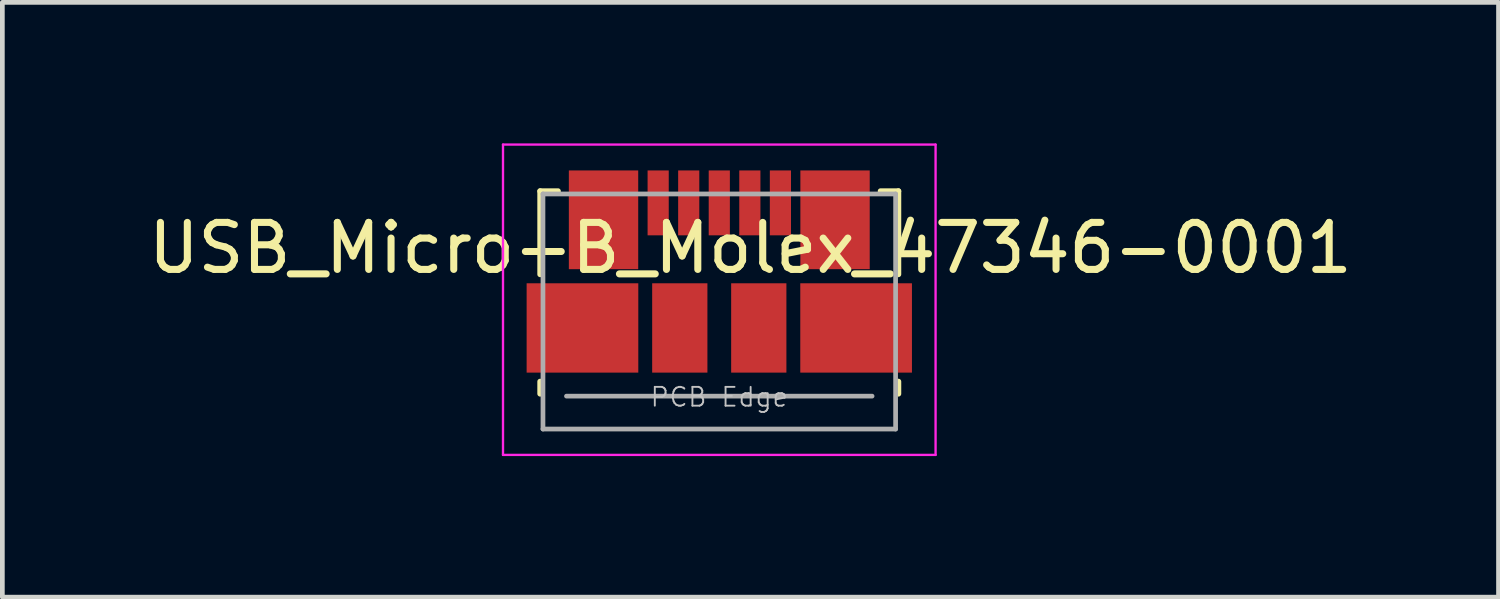
<source format=kicad_pcb>
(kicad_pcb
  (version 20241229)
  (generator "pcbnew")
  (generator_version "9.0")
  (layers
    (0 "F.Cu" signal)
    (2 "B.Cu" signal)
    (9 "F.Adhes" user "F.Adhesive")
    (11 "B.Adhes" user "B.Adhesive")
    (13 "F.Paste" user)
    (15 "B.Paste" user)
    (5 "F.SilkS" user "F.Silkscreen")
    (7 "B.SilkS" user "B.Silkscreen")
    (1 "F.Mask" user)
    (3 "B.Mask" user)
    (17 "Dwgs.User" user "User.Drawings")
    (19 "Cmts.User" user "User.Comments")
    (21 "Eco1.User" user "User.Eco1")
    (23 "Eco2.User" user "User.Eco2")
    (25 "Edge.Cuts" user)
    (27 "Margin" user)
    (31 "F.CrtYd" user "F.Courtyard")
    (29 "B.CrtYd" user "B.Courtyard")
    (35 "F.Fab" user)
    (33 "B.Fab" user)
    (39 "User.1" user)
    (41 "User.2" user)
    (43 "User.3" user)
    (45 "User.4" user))
  (footprint "USB_Micro-B_Molex_47346-0001"
    (layer "F.Cu")
    (at 12.248 3.925)
    (property "Reference" "USB_Micro-B_Molex_47346-0001" (at 0.662 -1.7 0) (layer "F.SilkS") (effects (font (size 1 1) (thickness 0.15))))
    (attr smd)
    (fp_line (start -3.81 -2.91) (end -3.43 -2.91) (stroke (width 0.12) (type solid)) (layer "F.SilkS"))
    (fp_line (start -3.81 -1.14) (end -3.81 -2.91) (stroke (width 0.12) (type solid)) (layer "F.SilkS"))
    (fp_line (start -3.81 1.4) (end -3.81 1.14) (stroke (width 0.12) (type solid)) (layer "F.SilkS"))
    (fp_line (start 3.81 -2.91) (end 3.43 -2.91) (stroke (width 0.12) (type solid)) (layer "F.SilkS"))
    (fp_line (start 3.81 -2.91) (end 3.81 -1.14) (stroke (width 0.12) (type solid)) (layer "F.SilkS"))
    (fp_line (start 3.81 1.14) (end 3.81 1.4) (stroke (width 0.12) (type solid)) (layer "F.SilkS"))
    (fp_line (start -4.6 -3.9) (end 4.6 -3.9) (stroke (width 0.05) (type solid)) (layer "F.CrtYd"))
    (fp_line (start -4.6 2.7) (end -4.6 -3.9) (stroke (width 0.05) (type solid)) (layer "F.CrtYd"))
    (fp_line (start 4.6 -3.9) (end 4.6 2.7) (stroke (width 0.05) (type solid)) (layer "F.CrtYd"))
    (fp_line (start 4.6 2.7) (end -4.6 2.7) (stroke (width 0.05) (type solid)) (layer "F.CrtYd"))
    (fp_line (start -3.75 -2.85) (end 3.75 -2.85) (stroke (width 0.1) (type solid)) (layer "F.Fab"))
    (fp_line (start -3.75 2.15) (end -3.75 -2.85) (stroke (width 0.1) (type solid)) (layer "F.Fab"))
    (fp_line (start -3.25 1.45) (end 3.25 1.45) (stroke (width 0.1) (type solid)) (layer "F.Fab"))
    (fp_line (start 3.75 -2.85) (end 3.75 2.15) (stroke (width 0.1) (type solid)) (layer "F.Fab"))
    (fp_line (start 3.75 2.15) (end -3.75 2.15) (stroke (width 0.1) (type solid)) (layer "F.Fab"))
    (fp_text user "PCB Edge" (at 0 1.47 180) (layer "Dwgs.User") (effects (font (size 0.4 0.4) (thickness 0.04))))
    (pad "1" smd rect (at -1.3 -2.66) (size 0.45 1.38) (layers "F.Cu" "F.Mask" "F.Paste"))
    (pad "2" smd rect (at -0.65 -2.66) (size 0.45 1.38) (layers "F.Cu" "F.Mask" "F.Paste"))
    (pad "3" smd rect (at 0 -2.66) (size 0.45 1.38) (layers "F.Cu" "F.Mask" "F.Paste"))
    (pad "4" smd rect (at 0.65 -2.66) (size 0.45 1.38) (layers "F.Cu" "F.Mask" "F.Paste"))
    (pad "5" smd rect (at 1.3 -2.66) (size 0.45 1.38) (layers "F.Cu" "F.Mask" "F.Paste"))
    (pad "6" smd rect (at -2.91 0) (size 2.375 1.9) (layers "F.Cu" "F.Mask" "F.Paste"))
    (pad "6" smd rect (at -2.462 -2.3) (size 1.475 2.1) (layers "F.Cu" "F.Mask" "F.Paste"))
    (pad "6" smd rect (at -0.84 0) (size 1.175 1.9) (layers "F.Cu" "F.Mask" "F.Paste"))
    (pad "6" smd rect (at 0.84 0) (size 1.175 1.9) (layers "F.Cu" "F.Mask" "F.Paste"))
    (pad "6" smd rect (at 2.462 -2.3) (size 1.475 2.1) (layers "F.Cu" "F.Mask" "F.Paste"))
    (pad "6" smd rect (at 2.91 0) (size 2.375 1.9) (layers "F.Cu" "F.Mask" "F.Paste")))
  (gr_rect
    (start -3 -3)
    (end 28.821 9.65)
    (stroke (width 0.1) (type default))
    (fill no)
    (layer "Edge.Cuts")))
</source>
